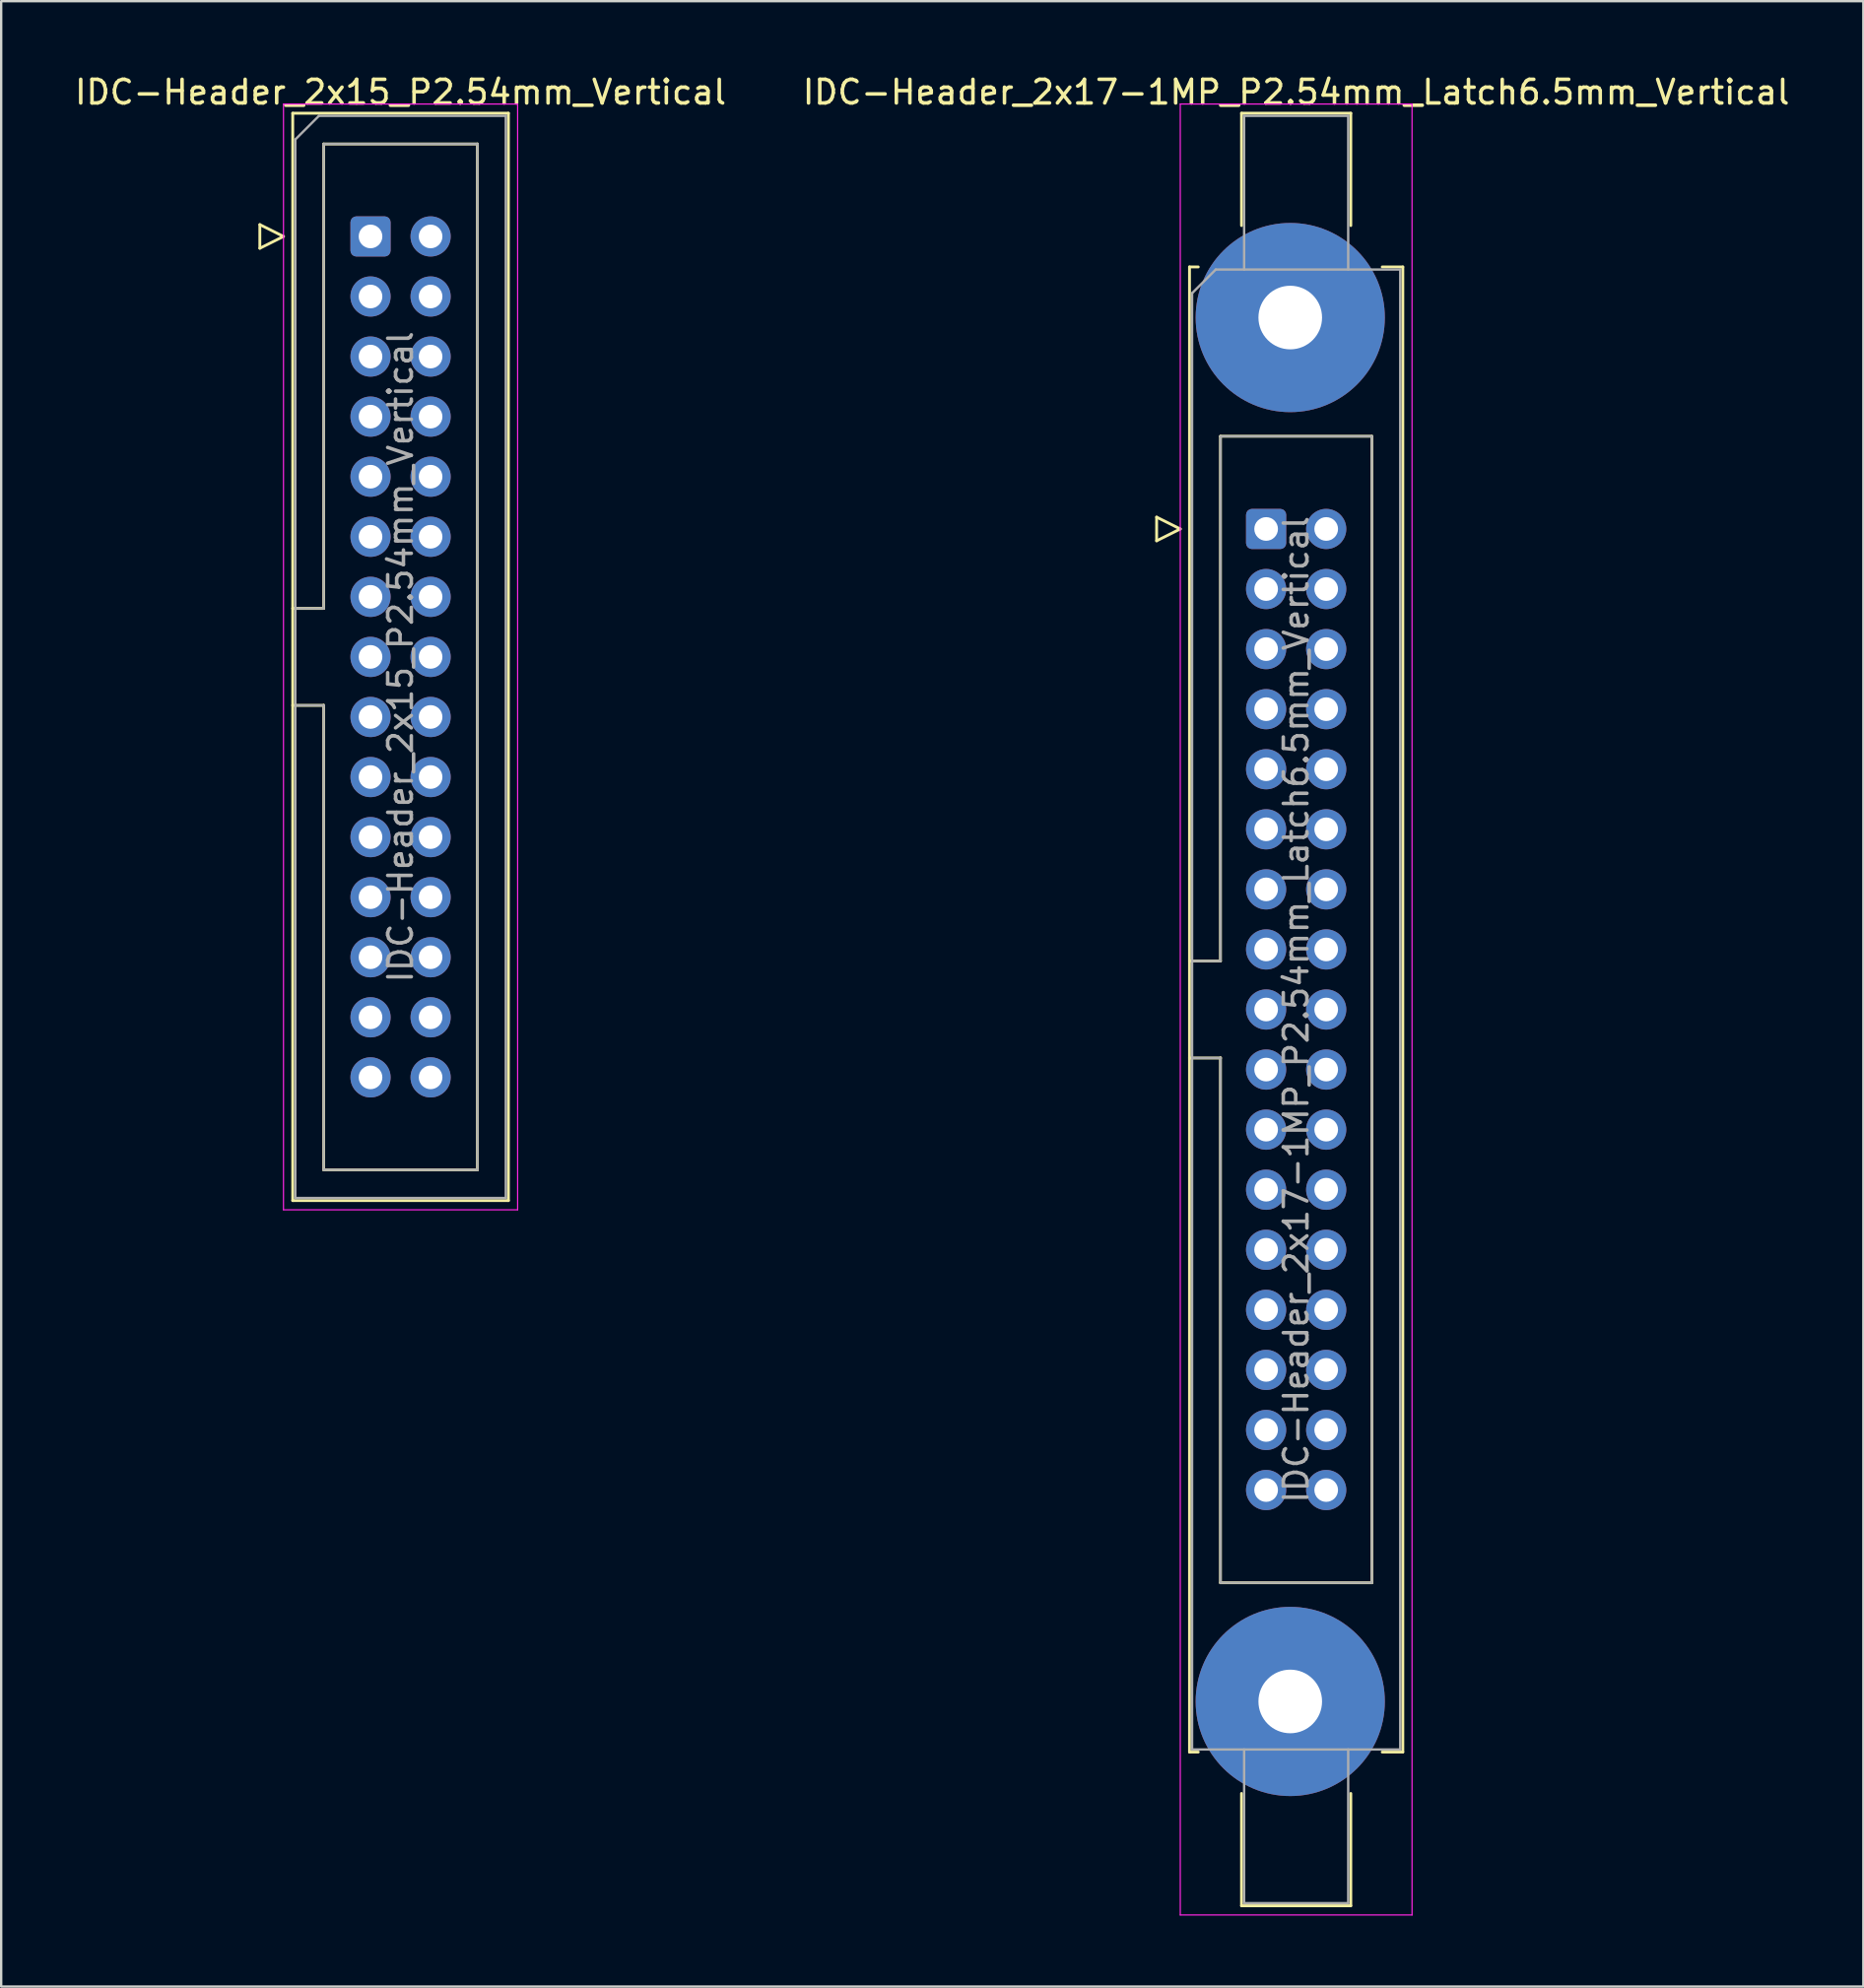
<source format=kicad_pcb>
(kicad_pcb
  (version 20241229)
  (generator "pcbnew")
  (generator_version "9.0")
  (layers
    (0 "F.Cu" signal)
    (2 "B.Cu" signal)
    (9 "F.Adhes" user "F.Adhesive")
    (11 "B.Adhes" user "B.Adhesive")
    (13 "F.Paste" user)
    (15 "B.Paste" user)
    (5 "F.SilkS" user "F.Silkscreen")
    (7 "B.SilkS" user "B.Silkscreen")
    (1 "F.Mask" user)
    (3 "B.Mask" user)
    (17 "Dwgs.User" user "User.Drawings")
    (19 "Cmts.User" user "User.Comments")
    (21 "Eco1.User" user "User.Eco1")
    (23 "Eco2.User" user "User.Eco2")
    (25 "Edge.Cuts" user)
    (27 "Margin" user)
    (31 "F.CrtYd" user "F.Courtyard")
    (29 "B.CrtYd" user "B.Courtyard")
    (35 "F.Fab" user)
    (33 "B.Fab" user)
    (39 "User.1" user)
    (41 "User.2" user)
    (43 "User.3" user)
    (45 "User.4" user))
  (footprint "IDC-Header_2x15_P2.54mm_Vertical"
    (layer "F.Cu")
    (at 12.617 6.948)
    (property "Reference" "IDC-Header_2x15_P2.54mm_Vertical" (at 1.27 -6.1 0) (layer "F.SilkS") (effects (font (size 1 1) (thickness 0.15))))
    (attr through_hole)
    (fp_line (start -4.68 -0.5) (end -4.68 0.5) (stroke (width 0.12) (type solid)) (layer "F.SilkS"))
    (fp_line (start -4.68 0.5) (end -3.68 0) (stroke (width 0.12) (type solid)) (layer "F.SilkS"))
    (fp_line (start -3.68 0) (end -4.68 -0.5) (stroke (width 0.12) (type solid)) (layer "F.SilkS"))
    (fp_line (start -3.29 -5.21) (end 5.83 -5.21) (stroke (width 0.12) (type solid)) (layer "F.SilkS"))
    (fp_line (start -3.29 15.73) (end -1.98 15.73) (stroke (width 0.12) (type solid)) (layer "F.SilkS"))
    (fp_line (start -3.29 40.77) (end -3.29 -5.21) (stroke (width 0.12) (type solid)) (layer "F.SilkS"))
    (fp_line (start -1.98 -3.91) (end 4.52 -3.91) (stroke (width 0.12) (type solid)) (layer "F.SilkS"))
    (fp_line (start -1.98 15.73) (end -1.98 -3.91) (stroke (width 0.12) (type solid)) (layer "F.SilkS"))
    (fp_line (start -1.98 19.83) (end -3.29 19.83) (stroke (width 0.12) (type solid)) (layer "F.SilkS"))
    (fp_line (start -1.98 19.83) (end -1.98 19.83) (stroke (width 0.12) (type solid)) (layer "F.SilkS"))
    (fp_line (start -1.98 39.47) (end -1.98 19.83) (stroke (width 0.12) (type solid)) (layer "F.SilkS"))
    (fp_line (start 4.52 -3.91) (end 4.52 39.47) (stroke (width 0.12) (type solid)) (layer "F.SilkS"))
    (fp_line (start 4.52 39.47) (end -1.98 39.47) (stroke (width 0.12) (type solid)) (layer "F.SilkS"))
    (fp_line (start 5.83 -5.21) (end 5.83 40.77) (stroke (width 0.12) (type solid)) (layer "F.SilkS"))
    (fp_line (start 5.83 40.77) (end -3.29 40.77) (stroke (width 0.12) (type solid)) (layer "F.SilkS"))
    (fp_line (start -3.68 -5.6) (end -3.68 41.16) (stroke (width 0.05) (type solid)) (layer "F.CrtYd"))
    (fp_line (start -3.68 41.16) (end 6.22 41.16) (stroke (width 0.05) (type solid)) (layer "F.CrtYd"))
    (fp_line (start 6.22 -5.6) (end -3.68 -5.6) (stroke (width 0.05) (type solid)) (layer "F.CrtYd"))
    (fp_line (start 6.22 41.16) (end 6.22 -5.6) (stroke (width 0.05) (type solid)) (layer "F.CrtYd"))
    (fp_line (start -3.18 -4.1) (end -2.18 -5.1) (stroke (width 0.1) (type solid)) (layer "F.Fab"))
    (fp_line (start -3.18 15.73) (end -1.98 15.73) (stroke (width 0.1) (type solid)) (layer "F.Fab"))
    (fp_line (start -3.18 40.66) (end -3.18 -4.1) (stroke (width 0.1) (type solid)) (layer "F.Fab"))
    (fp_line (start -2.18 -5.1) (end 5.72 -5.1) (stroke (width 0.1) (type solid)) (layer "F.Fab"))
    (fp_line (start -1.98 -3.91) (end 4.52 -3.91) (stroke (width 0.1) (type solid)) (layer "F.Fab"))
    (fp_line (start -1.98 15.73) (end -1.98 -3.91) (stroke (width 0.1) (type solid)) (layer "F.Fab"))
    (fp_line (start -1.98 19.83) (end -3.18 19.83) (stroke (width 0.1) (type solid)) (layer "F.Fab"))
    (fp_line (start -1.98 19.83) (end -1.98 19.83) (stroke (width 0.1) (type solid)) (layer "F.Fab"))
    (fp_line (start -1.98 39.47) (end -1.98 19.83) (stroke (width 0.1) (type solid)) (layer "F.Fab"))
    (fp_line (start 4.52 -3.91) (end 4.52 39.47) (stroke (width 0.1) (type solid)) (layer "F.Fab"))
    (fp_line (start 4.52 39.47) (end -1.98 39.47) (stroke (width 0.1) (type solid)) (layer "F.Fab"))
    (fp_line (start 5.72 -5.1) (end 5.72 40.66) (stroke (width 0.1) (type solid)) (layer "F.Fab"))
    (fp_line (start 5.72 40.66) (end -3.18 40.66) (stroke (width 0.1) (type solid)) (layer "F.Fab"))
    (fp_text user "${REFERENCE}" (at 1.27 17.78 90) (layer "F.Fab") (effects (font (size 1 1) (thickness 0.15))))
    (pad "1" thru_hole roundrect (at 0 0) (size 1.7 1.7) (drill 1) (layers "*.Cu" "*.Mask") (roundrect_rratio 0.147))
    (pad "2" thru_hole circle (at 2.54 0) (size 1.7 1.7) (drill 1) (layers "*.Cu" "*.Mask"))
    (pad "3" thru_hole circle (at 0 2.54) (size 1.7 1.7) (drill 1) (layers "*.Cu" "*.Mask"))
    (pad "4" thru_hole circle (at 2.54 2.54) (size 1.7 1.7) (drill 1) (layers "*.Cu" "*.Mask"))
    (pad "5" thru_hole circle (at 0 5.08) (size 1.7 1.7) (drill 1) (layers "*.Cu" "*.Mask"))
    (pad "6" thru_hole circle (at 2.54 5.08) (size 1.7 1.7) (drill 1) (layers "*.Cu" "*.Mask"))
    (pad "7" thru_hole circle (at 0 7.62) (size 1.7 1.7) (drill 1) (layers "*.Cu" "*.Mask"))
    (pad "8" thru_hole circle (at 2.54 7.62) (size 1.7 1.7) (drill 1) (layers "*.Cu" "*.Mask"))
    (pad "9" thru_hole circle (at 0 10.16) (size 1.7 1.7) (drill 1) (layers "*.Cu" "*.Mask"))
    (pad "10" thru_hole circle (at 2.54 10.16) (size 1.7 1.7) (drill 1) (layers "*.Cu" "*.Mask"))
    (pad "11" thru_hole circle (at 0 12.7) (size 1.7 1.7) (drill 1) (layers "*.Cu" "*.Mask"))
    (pad "12" thru_hole circle (at 2.54 12.7) (size 1.7 1.7) (drill 1) (layers "*.Cu" "*.Mask"))
    (pad "13" thru_hole circle (at 0 15.24) (size 1.7 1.7) (drill 1) (layers "*.Cu" "*.Mask"))
    (pad "14" thru_hole circle (at 2.54 15.24) (size 1.7 1.7) (drill 1) (layers "*.Cu" "*.Mask"))
    (pad "15" thru_hole circle (at 0 17.78) (size 1.7 1.7) (drill 1) (layers "*.Cu" "*.Mask"))
    (pad "16" thru_hole circle (at 2.54 17.78) (size 1.7 1.7) (drill 1) (layers "*.Cu" "*.Mask"))
    (pad "17" thru_hole circle (at 0 20.32) (size 1.7 1.7) (drill 1) (layers "*.Cu" "*.Mask"))
    (pad "18" thru_hole circle (at 2.54 20.32) (size 1.7 1.7) (drill 1) (layers "*.Cu" "*.Mask"))
    (pad "19" thru_hole circle (at 0 22.86) (size 1.7 1.7) (drill 1) (layers "*.Cu" "*.Mask"))
    (pad "20" thru_hole circle (at 2.54 22.86) (size 1.7 1.7) (drill 1) (layers "*.Cu" "*.Mask"))
    (pad "21" thru_hole circle (at 0 25.4) (size 1.7 1.7) (drill 1) (layers "*.Cu" "*.Mask"))
    (pad "22" thru_hole circle (at 2.54 25.4) (size 1.7 1.7) (drill 1) (layers "*.Cu" "*.Mask"))
    (pad "23" thru_hole circle (at 0 27.94) (size 1.7 1.7) (drill 1) (layers "*.Cu" "*.Mask"))
    (pad "24" thru_hole circle (at 2.54 27.94) (size 1.7 1.7) (drill 1) (layers "*.Cu" "*.Mask"))
    (pad "25" thru_hole circle (at 0 30.48) (size 1.7 1.7) (drill 1) (layers "*.Cu" "*.Mask"))
    (pad "26" thru_hole circle (at 2.54 30.48) (size 1.7 1.7) (drill 1) (layers "*.Cu" "*.Mask"))
    (pad "27" thru_hole circle (at 0 33.02) (size 1.7 1.7) (drill 1) (layers "*.Cu" "*.Mask"))
    (pad "28" thru_hole circle (at 2.54 33.02) (size 1.7 1.7) (drill 1) (layers "*.Cu" "*.Mask"))
    (pad "29" thru_hole circle (at 0 35.56) (size 1.7 1.7) (drill 1) (layers "*.Cu" "*.Mask"))
    (pad "30" thru_hole circle (at 2.54 35.56) (size 1.7 1.7) (drill 1) (layers "*.Cu" "*.Mask")))
  (footprint "IDC-Header_2x17-1MP_P2.54mm_Latch6.5mm_Vertical"
    (layer "F.Cu")
    (at 50.486 19.318)
    (property "Reference" "IDC-Header_2x17-1MP_P2.54mm_Latch6.5mm_Vertical" (at 1.27 -18.47 0) (layer "F.SilkS") (effects (font (size 1 1) (thickness 0.15))))
    (attr through_hole)
    (fp_line (start -4.63 -0.5) (end -4.63 0.5) (stroke (width 0.12) (type solid)) (layer "F.SilkS"))
    (fp_line (start -4.63 0.5) (end -3.63 0) (stroke (width 0.12) (type solid)) (layer "F.SilkS"))
    (fp_line (start -3.63 0) (end -4.63 -0.5) (stroke (width 0.12) (type solid)) (layer "F.SilkS"))
    (fp_line (start -3.24 -11.08) (end -3.24 51.72) (stroke (width 0.12) (type solid)) (layer "F.SilkS"))
    (fp_line (start -3.24 18.27) (end -1.93 18.27) (stroke (width 0.12) (type solid)) (layer "F.SilkS"))
    (fp_line (start -3.24 51.72) (end -2.87 51.72) (stroke (width 0.12) (type solid)) (layer "F.SilkS"))
    (fp_line (start -2.87 -11.08) (end -3.24 -11.08) (stroke (width 0.12) (type solid)) (layer "F.SilkS"))
    (fp_line (start -1.93 -3.92) (end 4.47 -3.92) (stroke (width 0.12) (type solid)) (layer "F.SilkS"))
    (fp_line (start -1.93 18.27) (end -1.93 -3.92) (stroke (width 0.12) (type solid)) (layer "F.SilkS"))
    (fp_line (start -1.93 22.37) (end -3.24 22.37) (stroke (width 0.12) (type solid)) (layer "F.SilkS"))
    (fp_line (start -1.93 22.37) (end -1.93 22.37) (stroke (width 0.12) (type solid)) (layer "F.SilkS"))
    (fp_line (start -1.93 44.56) (end -1.93 22.37) (stroke (width 0.12) (type solid)) (layer "F.SilkS"))
    (fp_line (start -1.04 -17.58) (end 3.58 -17.58) (stroke (width 0.12) (type solid)) (layer "F.SilkS"))
    (fp_line (start -1.04 -12.83) (end -1.04 -17.58) (stroke (width 0.12) (type solid)) (layer "F.SilkS"))
    (fp_line (start -1.04 53.47) (end -1.04 58.22) (stroke (width 0.12) (type solid)) (layer "F.SilkS"))
    (fp_line (start -1.04 58.22) (end 3.58 58.22) (stroke (width 0.12) (type solid)) (layer "F.SilkS"))
    (fp_line (start 3.58 -17.58) (end 3.58 -12.83) (stroke (width 0.12) (type solid)) (layer "F.SilkS"))
    (fp_line (start 3.58 58.22) (end 3.58 53.47) (stroke (width 0.12) (type solid)) (layer "F.SilkS"))
    (fp_line (start 4.47 -3.92) (end 4.47 44.56) (stroke (width 0.12) (type solid)) (layer "F.SilkS"))
    (fp_line (start 4.47 44.56) (end -1.93 44.56) (stroke (width 0.12) (type solid)) (layer "F.SilkS"))
    (fp_line (start 4.91 -11.08) (end 5.78 -11.08) (stroke (width 0.12) (type solid)) (layer "F.SilkS"))
    (fp_line (start 5.78 -11.08) (end 5.78 51.72) (stroke (width 0.12) (type solid)) (layer "F.SilkS"))
    (fp_line (start 5.78 51.72) (end 4.91 51.72) (stroke (width 0.12) (type solid)) (layer "F.SilkS"))
    (fp_line (start -3.63 -17.97) (end -3.63 58.61) (stroke (width 0.05) (type solid)) (layer "F.CrtYd"))
    (fp_line (start -3.63 58.61) (end 6.17 58.61) (stroke (width 0.05) (type solid)) (layer "F.CrtYd"))
    (fp_line (start 6.17 -17.97) (end -3.63 -17.97) (stroke (width 0.05) (type solid)) (layer "F.CrtYd"))
    (fp_line (start 6.17 58.61) (end 6.17 -17.97) (stroke (width 0.05) (type solid)) (layer "F.CrtYd"))
    (fp_line (start -3.13 -9.97) (end -2.13 -10.97) (stroke (width 0.1) (type solid)) (layer "F.Fab"))
    (fp_line (start -3.13 18.27) (end -1.93 18.27) (stroke (width 0.1) (type solid)) (layer "F.Fab"))
    (fp_line (start -3.13 51.61) (end -3.13 -9.97) (stroke (width 0.1) (type solid)) (layer "F.Fab"))
    (fp_line (start -2.13 -10.97) (end 5.67 -10.97) (stroke (width 0.1) (type solid)) (layer "F.Fab"))
    (fp_line (start -1.93 -3.92) (end 4.47 -3.92) (stroke (width 0.1) (type solid)) (layer "F.Fab"))
    (fp_line (start -1.93 18.27) (end -1.93 -3.92) (stroke (width 0.1) (type solid)) (layer "F.Fab"))
    (fp_line (start -1.93 22.37) (end -3.13 22.37) (stroke (width 0.1) (type solid)) (layer "F.Fab"))
    (fp_line (start -1.93 22.37) (end -1.93 22.37) (stroke (width 0.1) (type solid)) (layer "F.Fab"))
    (fp_line (start -1.93 44.56) (end -1.93 22.37) (stroke (width 0.1) (type solid)) (layer "F.Fab"))
    (fp_line (start -0.93 -17.47) (end 3.47 -17.47) (stroke (width 0.1) (type solid)) (layer "F.Fab"))
    (fp_line (start -0.93 -10.97) (end -0.93 -17.47) (stroke (width 0.1) (type solid)) (layer "F.Fab"))
    (fp_line (start -0.93 51.61) (end -0.93 58.11) (stroke (width 0.1) (type solid)) (layer "F.Fab"))
    (fp_line (start -0.93 58.11) (end 3.47 58.11) (stroke (width 0.1) (type solid)) (layer "F.Fab"))
    (fp_line (start 3.47 -17.47) (end 3.47 -10.97) (stroke (width 0.1) (type solid)) (layer "F.Fab"))
    (fp_line (start 3.47 58.11) (end 3.47 51.61) (stroke (width 0.1) (type solid)) (layer "F.Fab"))
    (fp_line (start 4.47 -3.92) (end 4.47 44.56) (stroke (width 0.1) (type solid)) (layer "F.Fab"))
    (fp_line (start 4.47 44.56) (end -1.93 44.56) (stroke (width 0.1) (type solid)) (layer "F.Fab"))
    (fp_line (start 5.67 -10.97) (end 5.67 51.61) (stroke (width 0.1) (type solid)) (layer "F.Fab"))
    (fp_line (start 5.67 51.61) (end -3.13 51.61) (stroke (width 0.1) (type solid)) (layer "F.Fab"))
    (fp_text user "${REFERENCE}" (at 1.27 20.32 90) (layer "F.Fab") (effects (font (size 1 1) (thickness 0.15))))
    (pad "1" thru_hole roundrect (at 0 0) (size 1.7 1.7) (drill 1) (layers "*.Cu" "*.Mask") (roundrect_rratio 0.147))
    (pad "2" thru_hole circle (at 2.54 0) (size 1.7 1.7) (drill 1) (layers "*.Cu" "*.Mask"))
    (pad "3" thru_hole circle (at 0 2.54) (size 1.7 1.7) (drill 1) (layers "*.Cu" "*.Mask"))
    (pad "4" thru_hole circle (at 2.54 2.54) (size 1.7 1.7) (drill 1) (layers "*.Cu" "*.Mask"))
    (pad "5" thru_hole circle (at 0 5.08) (size 1.7 1.7) (drill 1) (layers "*.Cu" "*.Mask"))
    (pad "6" thru_hole circle (at 2.54 5.08) (size 1.7 1.7) (drill 1) (layers "*.Cu" "*.Mask"))
    (pad "7" thru_hole circle (at 0 7.62) (size 1.7 1.7) (drill 1) (layers "*.Cu" "*.Mask"))
    (pad "8" thru_hole circle (at 2.54 7.62) (size 1.7 1.7) (drill 1) (layers "*.Cu" "*.Mask"))
    (pad "9" thru_hole circle (at 0 10.16) (size 1.7 1.7) (drill 1) (layers "*.Cu" "*.Mask"))
    (pad "10" thru_hole circle (at 2.54 10.16) (size 1.7 1.7) (drill 1) (layers "*.Cu" "*.Mask"))
    (pad "11" thru_hole circle (at 0 12.7) (size 1.7 1.7) (drill 1) (layers "*.Cu" "*.Mask"))
    (pad "12" thru_hole circle (at 2.54 12.7) (size 1.7 1.7) (drill 1) (layers "*.Cu" "*.Mask"))
    (pad "13" thru_hole circle (at 0 15.24) (size 1.7 1.7) (drill 1) (layers "*.Cu" "*.Mask"))
    (pad "14" thru_hole circle (at 2.54 15.24) (size 1.7 1.7) (drill 1) (layers "*.Cu" "*.Mask"))
    (pad "15" thru_hole circle (at 0 17.78) (size 1.7 1.7) (drill 1) (layers "*.Cu" "*.Mask"))
    (pad "16" thru_hole circle (at 2.54 17.78) (size 1.7 1.7) (drill 1) (layers "*.Cu" "*.Mask"))
    (pad "17" thru_hole circle (at 0 20.32) (size 1.7 1.7) (drill 1) (layers "*.Cu" "*.Mask"))
    (pad "18" thru_hole circle (at 2.54 20.32) (size 1.7 1.7) (drill 1) (layers "*.Cu" "*.Mask"))
    (pad "19" thru_hole circle (at 0 22.86) (size 1.7 1.7) (drill 1) (layers "*.Cu" "*.Mask"))
    (pad "20" thru_hole circle (at 2.54 22.86) (size 1.7 1.7) (drill 1) (layers "*.Cu" "*.Mask"))
    (pad "21" thru_hole circle (at 0 25.4) (size 1.7 1.7) (drill 1) (layers "*.Cu" "*.Mask"))
    (pad "22" thru_hole circle (at 2.54 25.4) (size 1.7 1.7) (drill 1) (layers "*.Cu" "*.Mask"))
    (pad "23" thru_hole circle (at 0 27.94) (size 1.7 1.7) (drill 1) (layers "*.Cu" "*.Mask"))
    (pad "24" thru_hole circle (at 2.54 27.94) (size 1.7 1.7) (drill 1) (layers "*.Cu" "*.Mask"))
    (pad "25" thru_hole circle (at 0 30.48) (size 1.7 1.7) (drill 1) (layers "*.Cu" "*.Mask"))
    (pad "26" thru_hole circle (at 2.54 30.48) (size 1.7 1.7) (drill 1) (layers "*.Cu" "*.Mask"))
    (pad "27" thru_hole circle (at 0 33.02) (size 1.7 1.7) (drill 1) (layers "*.Cu" "*.Mask"))
    (pad "28" thru_hole circle (at 2.54 33.02) (size 1.7 1.7) (drill 1) (layers "*.Cu" "*.Mask"))
    (pad "29" thru_hole circle (at 0 35.56) (size 1.7 1.7) (drill 1) (layers "*.Cu" "*.Mask"))
    (pad "30" thru_hole circle (at 2.54 35.56) (size 1.7 1.7) (drill 1) (layers "*.Cu" "*.Mask"))
    (pad "31" thru_hole circle (at 0 38.1) (size 1.7 1.7) (drill 1) (layers "*.Cu" "*.Mask"))
    (pad "32" thru_hole circle (at 2.54 38.1) (size 1.7 1.7) (drill 1) (layers "*.Cu" "*.Mask"))
    (pad "33" thru_hole circle (at 0 40.64) (size 1.7 1.7) (drill 1) (layers "*.Cu" "*.Mask"))
    (pad "34" thru_hole circle (at 2.54 40.64) (size 1.7 1.7) (drill 1) (layers "*.Cu" "*.Mask"))
    (pad "MP" thru_hole circle (at 1.02 -8.94) (size 8 8) (drill 2.69) (layers "*.Cu" "*.Mask"))
    (pad "MP" thru_hole circle (at 1.02 49.58) (size 8 8) (drill 2.69) (layers "*.Cu" "*.Mask")))
  (gr_rect
    (start -3 -3)
    (end 75.738 80.953)
    (stroke (width 0.1) (type default))
    (fill no)
    (layer "Edge.Cuts")))
</source>
